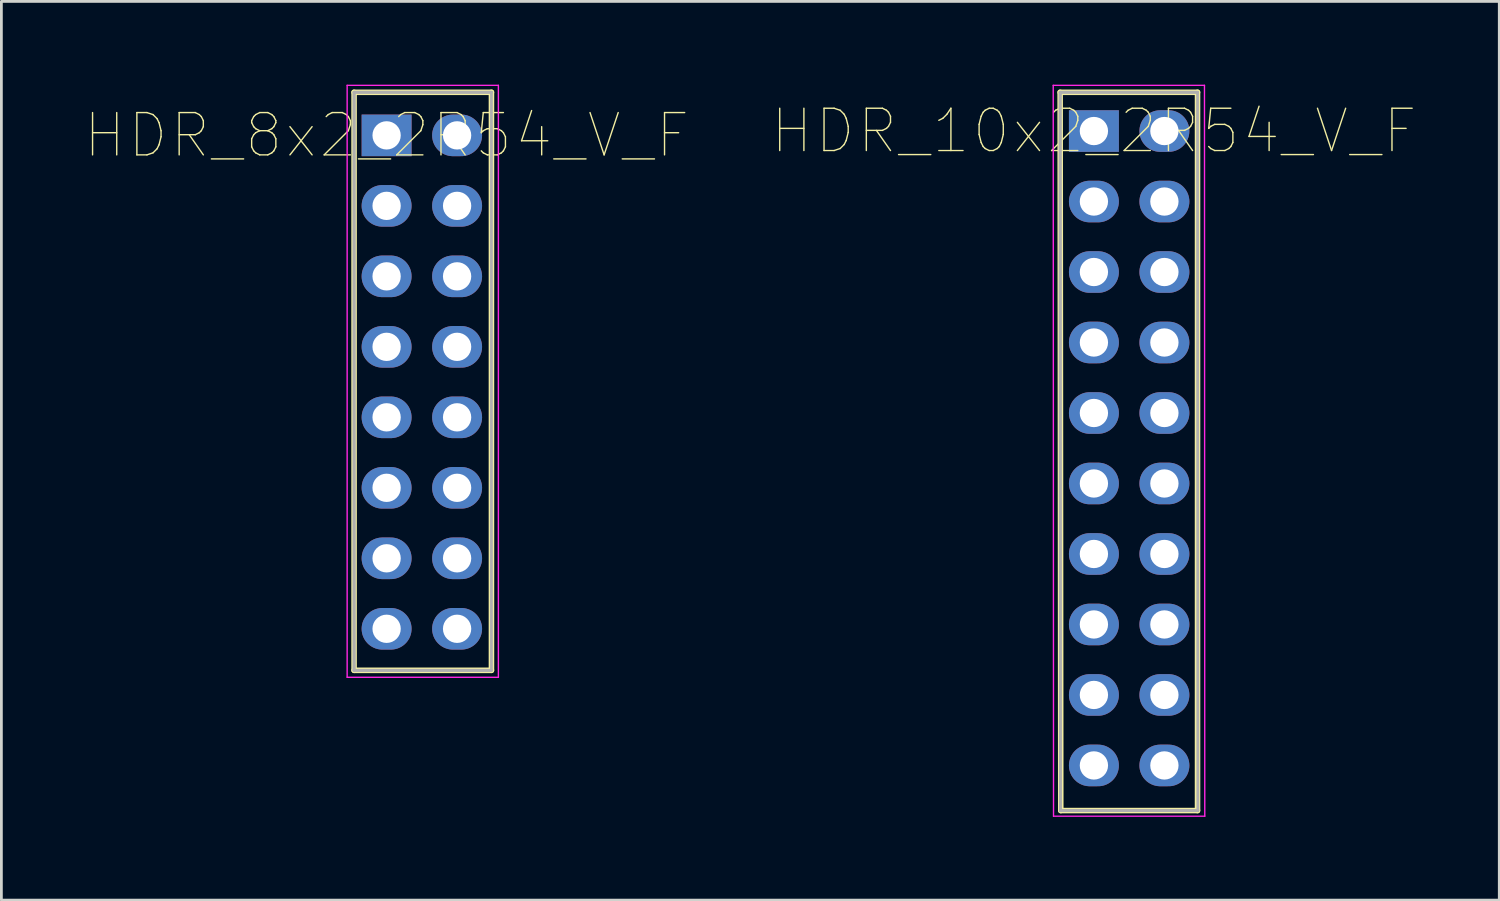
<source format=kicad_pcb>
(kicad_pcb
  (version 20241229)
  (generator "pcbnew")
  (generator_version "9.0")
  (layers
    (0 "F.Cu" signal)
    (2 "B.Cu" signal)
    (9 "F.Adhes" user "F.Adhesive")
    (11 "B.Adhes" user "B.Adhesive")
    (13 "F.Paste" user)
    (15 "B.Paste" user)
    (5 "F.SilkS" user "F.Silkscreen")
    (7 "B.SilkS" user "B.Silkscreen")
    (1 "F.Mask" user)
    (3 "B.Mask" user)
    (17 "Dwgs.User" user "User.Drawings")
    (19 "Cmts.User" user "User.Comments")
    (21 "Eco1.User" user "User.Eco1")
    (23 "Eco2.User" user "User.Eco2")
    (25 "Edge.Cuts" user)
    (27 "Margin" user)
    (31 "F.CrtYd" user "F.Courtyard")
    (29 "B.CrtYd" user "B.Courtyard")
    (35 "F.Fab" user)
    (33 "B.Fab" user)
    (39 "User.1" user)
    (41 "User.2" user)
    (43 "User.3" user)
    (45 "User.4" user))
  (footprint "HDR_10x2_2R54_V_F"
    (layer "F.Cu")
    (at 36.368 1.545)
    (property "Reference" "HDR_10x2_2R54_V_F" (at 0 0.127 0) (layer "F.SilkS") (effects (font (size 1.524 1.524) (thickness 0.05))))
    (attr smd)
    (fp_line (start -1.216 -1.27) (end -1.194 24.613) (stroke (width 0.2) (type solid)) (layer "F.SilkS"))
    (fp_line (start -1.216 -1.27) (end 3.734 -1.27) (stroke (width 0.2) (type solid)) (layer "F.SilkS"))
    (fp_line (start 3.734 -1.27) (end 3.734 24.613) (stroke (width 0.2) (type solid)) (layer "F.SilkS"))
    (fp_line (start 3.734 24.613) (end -1.194 24.613) (stroke (width 0.2) (type solid)) (layer "F.SilkS"))
    (fp_line (start -1.466 -1.52) (end 3.984 -1.52) (stroke (width 0.05) (type solid)) (layer "F.CrtYd"))
    (fp_line (start -1.455 24.816) (end -1.466 -1.52) (stroke (width 0.05) (type solid)) (layer "F.CrtYd"))
    (fp_line (start 3.984 -1.52) (end 3.995 24.816) (stroke (width 0.05) (type solid)) (layer "F.CrtYd"))
    (fp_line (start 3.995 24.816) (end -1.455 24.816) (stroke (width 0.05) (type solid)) (layer "F.CrtYd"))
    (fp_line (start -1.216 -1.27) (end 3.734 -1.27) (stroke (width 0.1) (type solid)) (layer "F.Fab"))
    (fp_line (start -1.216 -1.27) (end 3.734 -1.27) (stroke (width 0.1) (type solid)) (layer "F.Fab"))
    (fp_line (start -1.205 24.613) (end -1.216 -1.27) (stroke (width 0.1) (type solid)) (layer "F.Fab"))
    (fp_line (start -1.205 24.613) (end -1.216 -1.27) (stroke (width 0.1) (type solid)) (layer "F.Fab"))
    (fp_line (start 3.734 -1.27) (end 3.745 24.613) (stroke (width 0.1) (type solid)) (layer "F.Fab"))
    (fp_line (start 3.745 24.613) (end -1.205 24.613) (stroke (width 0.1) (type solid)) (layer "F.Fab"))
    (fp_line (start 3.745 24.613) (end -1.205 24.613) (stroke (width 0.1) (type solid)) (layer "F.Fab"))
    (pad "1" thru_hole rect (at 0 0.127 270) (size 1.5 1.8) (drill 1.02) (layers "*.Cu"))
    (pad "2" thru_hole oval (at 2.54 0.127 270) (size 1.5 1.8) (drill 1.02) (layers "*.Cu"))
    (pad "3" thru_hole oval (at 0 2.667 270) (size 1.5 1.8) (drill 1.02) (layers "*.Cu"))
    (pad "4" thru_hole oval (at 2.54 2.667 270) (size 1.5 1.8) (drill 1.02) (layers "*.Cu"))
    (pad "5" thru_hole oval (at 0 5.207 270) (size 1.5 1.8) (drill 1.02) (layers "*.Cu"))
    (pad "6" thru_hole oval (at 2.54 5.207 270) (size 1.5 1.8) (drill 1.02) (layers "*.Cu"))
    (pad "7" thru_hole oval (at 0 7.747 270) (size 1.5 1.8) (drill 1.02) (layers "*.Cu"))
    (pad "8" thru_hole oval (at 2.54 7.747 270) (size 1.5 1.8) (drill 1.02) (layers "*.Cu"))
    (pad "9" thru_hole oval (at 0 10.287 270) (size 1.5 1.8) (drill 1.02) (layers "*.Cu"))
    (pad "10" thru_hole oval (at 2.54 10.287 270) (size 1.5 1.8) (drill 1.02) (layers "*.Cu"))
    (pad "11" thru_hole oval (at 0 12.827 270) (size 1.5 1.8) (drill 1.02) (layers "*.Cu"))
    (pad "12" thru_hole oval (at 2.54 12.827 270) (size 1.5 1.8) (drill 1.02) (layers "*.Cu"))
    (pad "13" thru_hole oval (at 0 15.367 270) (size 1.5 1.8) (drill 1.02) (layers "*.Cu"))
    (pad "14" thru_hole oval (at 2.54 15.367 270) (size 1.5 1.8) (drill 1.02) (layers "*.Cu"))
    (pad "15" thru_hole oval (at 0 17.907 270) (size 1.5 1.8) (drill 1.02) (layers "*.Cu"))
    (pad "16" thru_hole oval (at 2.54 17.907 270) (size 1.5 1.8) (drill 1.02) (layers "*.Cu"))
    (pad "17" thru_hole oval (at 0 20.447 270) (size 1.5 1.8) (drill 1.02) (layers "*.Cu"))
    (pad "18" thru_hole oval (at 2.54 20.447 270) (size 1.5 1.8) (drill 1.02) (layers "*.Cu"))
    (pad "19" thru_hole oval (at 0 22.987 270) (size 1.5 1.8) (drill 1.02) (layers "*.Cu"))
    (pad "20" thru_hole oval (at 2.54 22.987 270) (size 1.5 1.8) (drill 1.02) (layers "*.Cu")))
  (footprint "HDR_8x2_2R54_V_F"
    (layer "F.Cu")
    (at 10.881 1.828)
    (property "Reference" "HDR_8x2_2R54_V_F" (at 0 0 0) (layer "F.SilkS") (effects (font (size 1.524 1.524) (thickness 0.05))))
    (attr smd)
    (fp_line (start -1.172 -1.553) (end -1.172 19.277) (stroke (width 0.2) (type solid)) (layer "F.SilkS"))
    (fp_line (start -1.172 -1.553) (end 3.778 -1.553) (stroke (width 0.2) (type solid)) (layer "F.SilkS"))
    (fp_line (start 3.778 -1.553) (end 3.778 19.277) (stroke (width 0.2) (type solid)) (layer "F.SilkS"))
    (fp_line (start 3.778 19.277) (end -1.172 19.277) (stroke (width 0.2) (type solid)) (layer "F.SilkS"))
    (fp_line (start -1.422 -1.803) (end 4.028 -1.803) (stroke (width 0.05) (type solid)) (layer "F.CrtYd"))
    (fp_line (start -1.422 19.527) (end -1.422 -1.803) (stroke (width 0.05) (type solid)) (layer "F.CrtYd"))
    (fp_line (start 4.028 -1.803) (end 4.028 19.527) (stroke (width 0.05) (type solid)) (layer "F.CrtYd"))
    (fp_line (start 4.028 19.527) (end -1.422 19.527) (stroke (width 0.05) (type solid)) (layer "F.CrtYd"))
    (fp_line (start -1.172 -1.553) (end 3.778 -1.553) (stroke (width 0.1) (type solid)) (layer "F.Fab"))
    (fp_line (start -1.172 -1.553) (end 3.778 -1.553) (stroke (width 0.1) (type solid)) (layer "F.Fab"))
    (fp_line (start -1.172 19.277) (end -1.172 -1.553) (stroke (width 0.1) (type solid)) (layer "F.Fab"))
    (fp_line (start -1.172 19.277) (end -1.172 -1.553) (stroke (width 0.1) (type solid)) (layer "F.Fab"))
    (fp_line (start 3.778 -1.553) (end 3.778 19.277) (stroke (width 0.1) (type solid)) (layer "F.Fab"))
    (fp_line (start 3.778 19.277) (end -1.172 19.277) (stroke (width 0.1) (type solid)) (layer "F.Fab"))
    (fp_line (start 3.778 19.277) (end -1.172 19.277) (stroke (width 0.1) (type solid)) (layer "F.Fab"))
    (pad "1" thru_hole rect (at 0 0 270) (size 1.5 1.8) (drill 1.02) (layers "*.Cu"))
    (pad "2" thru_hole oval (at 2.54 0 270) (size 1.5 1.8) (drill 1.02) (layers "*.Cu"))
    (pad "3" thru_hole oval (at 0 2.54 270) (size 1.5 1.8) (drill 1.02) (layers "*.Cu"))
    (pad "4" thru_hole oval (at 2.54 2.54 270) (size 1.5 1.8) (drill 1.02) (layers "*.Cu"))
    (pad "5" thru_hole oval (at 0 5.08 270) (size 1.5 1.8) (drill 1.02) (layers "*.Cu"))
    (pad "6" thru_hole oval (at 2.54 5.08 270) (size 1.5 1.8) (drill 1.02) (layers "*.Cu"))
    (pad "7" thru_hole oval (at 0 7.62 270) (size 1.5 1.8) (drill 1.02) (layers "*.Cu"))
    (pad "8" thru_hole oval (at 2.54 7.62 270) (size 1.5 1.8) (drill 1.02) (layers "*.Cu"))
    (pad "9" thru_hole oval (at 0 10.16 270) (size 1.5 1.8) (drill 1.02) (layers "*.Cu"))
    (pad "10" thru_hole oval (at 2.54 10.16 270) (size 1.5 1.8) (drill 1.02) (layers "*.Cu"))
    (pad "11" thru_hole oval (at 0 12.7 270) (size 1.5 1.8) (drill 1.02) (layers "*.Cu"))
    (pad "12" thru_hole oval (at 2.54 12.7 270) (size 1.5 1.8) (drill 1.02) (layers "*.Cu"))
    (pad "13" thru_hole oval (at 0 15.24 270) (size 1.5 1.8) (drill 1.02) (layers "*.Cu"))
    (pad "14" thru_hole oval (at 2.54 15.24 270) (size 1.5 1.8) (drill 1.02) (layers "*.Cu"))
    (pad "15" thru_hole oval (at 0 17.78 270) (size 1.5 1.8) (drill 1.02) (layers "*.Cu"))
    (pad "16" thru_hole oval (at 2.54 17.78 270) (size 1.5 1.8) (drill 1.02) (layers "*.Cu")))
  (gr_rect
    (start -3 -3)
    (end 50.975 29.386)
    (stroke (width 0.1) (type default))
    (fill no)
    (layer "Edge.Cuts")))
</source>
